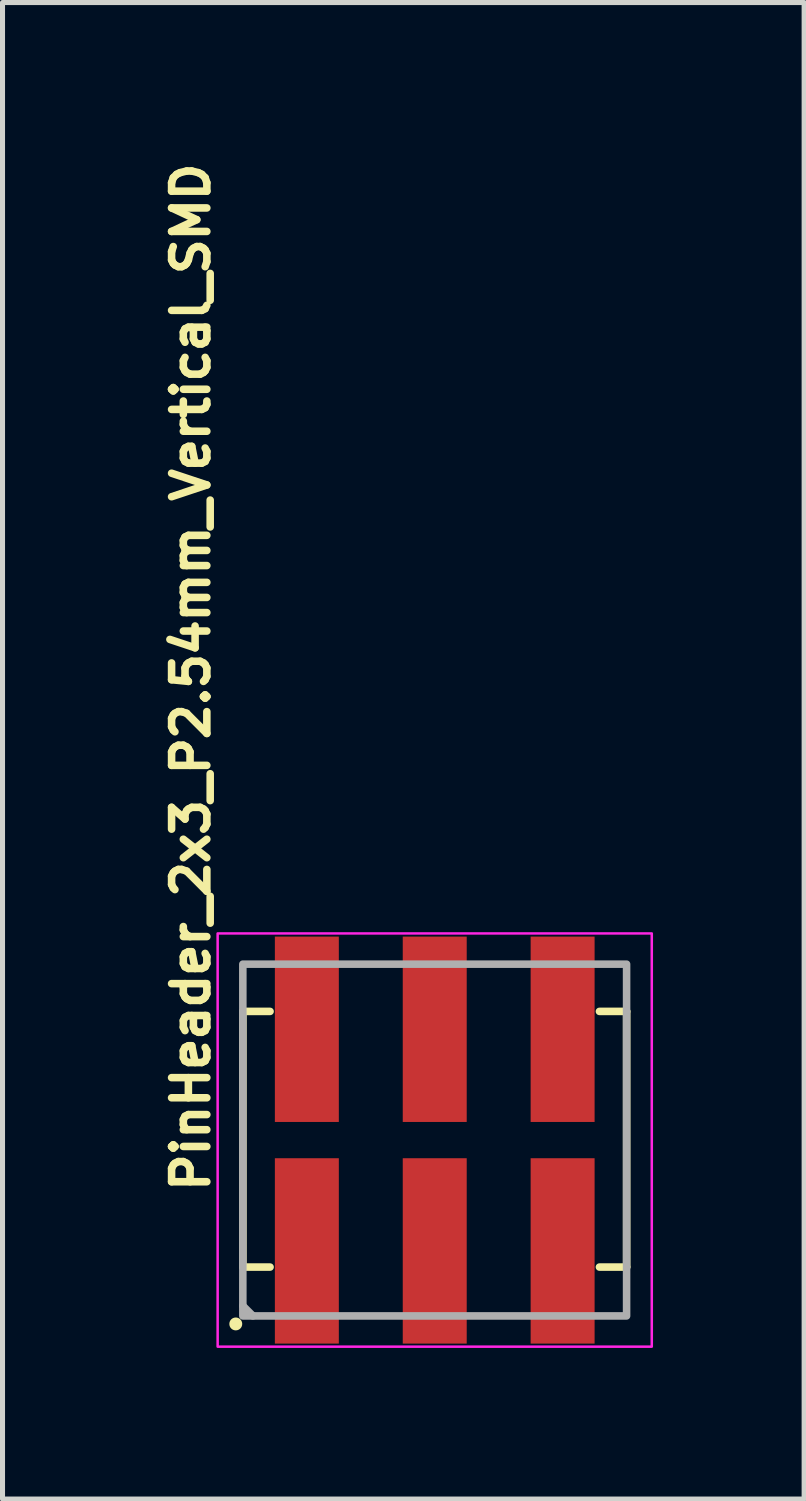
<source format=kicad_pcb>
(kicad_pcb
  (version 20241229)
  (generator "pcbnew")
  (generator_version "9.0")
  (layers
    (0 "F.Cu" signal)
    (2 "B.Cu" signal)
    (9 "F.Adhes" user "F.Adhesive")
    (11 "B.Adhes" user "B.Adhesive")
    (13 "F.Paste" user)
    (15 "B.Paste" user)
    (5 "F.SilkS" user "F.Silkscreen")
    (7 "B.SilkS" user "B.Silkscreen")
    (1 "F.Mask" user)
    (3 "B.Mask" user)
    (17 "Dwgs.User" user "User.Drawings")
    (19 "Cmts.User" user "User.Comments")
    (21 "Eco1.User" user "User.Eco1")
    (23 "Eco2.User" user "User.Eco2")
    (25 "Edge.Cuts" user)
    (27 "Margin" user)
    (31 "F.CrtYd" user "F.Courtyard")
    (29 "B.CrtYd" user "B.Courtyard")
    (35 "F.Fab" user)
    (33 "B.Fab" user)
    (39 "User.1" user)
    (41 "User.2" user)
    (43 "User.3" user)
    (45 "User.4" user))
  (footprint "PinHeader_2x3_P2.54mm_Vertical_SMD"
    (layer "F.Cu")
    (at 5.581 19.585)
    (property "Reference" "PinHeader_2x3_P2.54mm_Vertical_SMD" (at -4.431 1.092 90) (layer "F.SilkS") (effects (font (size 0.7 0.7) (thickness 0.15)) (justify left bottom)))
    (attr smd)
    (fp_line (start -3.809 -2.555) (end -3.269 -2.555) (stroke (width 0.15) (type solid)) (layer "F.SilkS"))
    (fp_line (start -3.809 2.521) (end -3.809 -2.555) (stroke (width 0.15) (type solid)) (layer "F.SilkS"))
    (fp_line (start -3.809 2.521) (end -3.269 2.521) (stroke (width 0.15) (type solid)) (layer "F.SilkS"))
    (fp_line (start 3.81 -2.555) (end 3.27 -2.555) (stroke (width 0.15) (type solid)) (layer "F.SilkS"))
    (fp_line (start 3.81 -2.555) (end 3.81 2.521) (stroke (width 0.15) (type solid)) (layer "F.SilkS"))
    (fp_line (start 3.81 2.521) (end 3.27 2.521) (stroke (width 0.15) (type solid)) (layer "F.SilkS"))
    (fp_circle (center -3.95 3.65) (end -3.897 3.65) (stroke (width 0.15) (type solid)) (fill yes) (layer "F.SilkS"))
    (fp_rect (start -4.31 -4.103) (end 4.309 4.101) (stroke (width 0.05) (type solid)) (fill no) (layer "F.CrtYd"))
    (fp_line (start -3.81 3.29) (end -3.61 3.49) (stroke (width 0.15) (type solid)) (layer "F.Fab"))
    (fp_rect (start -3.81 -3.493) (end 3.809 3.491) (stroke (width 0.15) (type solid)) (fill no) (layer "F.Fab"))
    (fp_rect (start -3.81 -3.493) (end 3.809 3.491) (stroke (width 0.1) (type solid)) (fill no) (layer "User.5"))
    (fp_line (start -3.81 -2.032) (end -3.81 2.031) (stroke (width 0.02) (type solid)) (layer "User.9"))
    (fp_line (start -3.302 -2.54) (end -3.81 -2.032) (stroke (width 0.02) (type solid)) (layer "User.9"))
    (fp_line (start -3.302 -2.54) (end -3.302 2.539) (stroke (width 0.02) (type solid)) (layer "User.9"))
    (fp_line (start -3.302 2.539) (end -3.81 2.031) (stroke (width 0.02) (type solid)) (layer "User.9"))
    (fp_line (start -2.859 -3.239) (end -2.859 -2.54) (stroke (width 0.02) (type solid)) (layer "User.9"))
    (fp_line (start -2.859 -3.239) (end -2.731 -3.493) (stroke (width 0.02) (type solid)) (layer "User.9"))
    (fp_line (start -2.859 -1.589) (end -2.731 -1.462) (stroke (width 0.02) (type solid)) (layer "User.9"))
    (fp_line (start -2.859 -0.954) (end -2.859 -1.589) (stroke (width 0.02) (type solid)) (layer "User.9"))
    (fp_line (start -2.859 -0.954) (end -2.731 -1.081) (stroke (width 0.02) (type solid)) (layer "User.9"))
    (fp_line (start -2.859 1.586) (end -2.859 0.952) (stroke (width 0.02) (type solid)) (layer "User.9"))
    (fp_line (start -2.859 1.586) (end -2.731 1.459) (stroke (width 0.02) (type solid)) (layer "User.9"))
    (fp_line (start -2.859 2.539) (end -2.859 3.237) (stroke (width 0.02) (type solid)) (layer "User.9"))
    (fp_line (start -2.859 3.237) (end -2.731 3.491) (stroke (width 0.02) (type solid)) (layer "User.9"))
    (fp_line (start -2.731 -1.081) (end -2.731 -1.462) (stroke (width 0.02) (type solid)) (layer "User.9"))
    (fp_line (start -2.731 1.078) (end -2.859 0.952) (stroke (width 0.02) (type solid)) (layer "User.9"))
    (fp_line (start -2.731 1.459) (end -2.731 1.078) (stroke (width 0.02) (type solid)) (layer "User.9"))
    (fp_line (start -2.351 -3.493) (end -2.731 -3.493) (stroke (width 0.02) (type solid)) (layer "User.9"))
    (fp_line (start -2.351 -3.493) (end -2.223 -3.239) (stroke (width 0.02) (type solid)) (layer "User.9"))
    (fp_line (start -2.351 -1.462) (end -2.731 -1.462) (stroke (width 0.02) (type solid)) (layer "User.9"))
    (fp_line (start -2.351 -1.462) (end -2.351 -1.081) (stroke (width 0.02) (type solid)) (layer "User.9"))
    (fp_line (start -2.351 -1.081) (end -2.731 -1.081) (stroke (width 0.02) (type solid)) (layer "User.9"))
    (fp_line (start -2.351 1.078) (end -2.731 1.078) (stroke (width 0.02) (type solid)) (layer "User.9"))
    (fp_line (start -2.351 1.078) (end -2.351 1.459) (stroke (width 0.02) (type solid)) (layer "User.9"))
    (fp_line (start -2.351 1.459) (end -2.731 1.459) (stroke (width 0.02) (type solid)) (layer "User.9"))
    (fp_line (start -2.351 1.459) (end -2.223 1.586) (stroke (width 0.02) (type solid)) (layer "User.9"))
    (fp_line (start -2.351 3.491) (end -2.731 3.491) (stroke (width 0.02) (type solid)) (layer "User.9"))
    (fp_line (start -2.223 -3.239) (end -2.859 -3.239) (stroke (width 0.02) (type solid)) (layer "User.9"))
    (fp_line (start -2.223 -3.239) (end -2.223 -2.54) (stroke (width 0.02) (type solid)) (layer "User.9"))
    (fp_line (start -2.223 -1.589) (end -2.859 -1.589) (stroke (width 0.02) (type solid)) (layer "User.9"))
    (fp_line (start -2.223 -1.589) (end -2.351 -1.462) (stroke (width 0.02) (type solid)) (layer "User.9"))
    (fp_line (start -2.223 -1.589) (end -2.223 -0.954) (stroke (width 0.02) (type solid)) (layer "User.9"))
    (fp_line (start -2.223 -0.954) (end -2.859 -0.954) (stroke (width 0.02) (type solid)) (layer "User.9"))
    (fp_line (start -2.223 -0.954) (end -2.351 -1.081) (stroke (width 0.02) (type solid)) (layer "User.9"))
    (fp_line (start -2.223 0.952) (end -2.859 0.952) (stroke (width 0.02) (type solid)) (layer "User.9"))
    (fp_line (start -2.223 0.952) (end -2.351 1.078) (stroke (width 0.02) (type solid)) (layer "User.9"))
    (fp_line (start -2.223 0.952) (end -2.223 1.586) (stroke (width 0.02) (type solid)) (layer "User.9"))
    (fp_line (start -2.223 1.586) (end -2.859 1.586) (stroke (width 0.02) (type solid)) (layer "User.9"))
    (fp_line (start -2.223 2.539) (end -2.223 3.237) (stroke (width 0.02) (type solid)) (layer "User.9"))
    (fp_line (start -2.223 3.237) (end -2.859 3.237) (stroke (width 0.02) (type solid)) (layer "User.9"))
    (fp_line (start -2.223 3.237) (end -2.351 3.491) (stroke (width 0.02) (type solid)) (layer "User.9"))
    (fp_line (start -1.778 -2.54) (end -3.302 -2.54) (stroke (width 0.02) (type solid)) (layer "User.9"))
    (fp_line (start -1.778 -2.54) (end -1.778 2.539) (stroke (width 0.02) (type solid)) (layer "User.9"))
    (fp_line (start -1.778 -2.54) (end -1.27 -2.032) (stroke (width 0.02) (type solid)) (layer "User.9"))
    (fp_line (start -1.778 2.539) (end -3.302 2.539) (stroke (width 0.02) (type solid)) (layer "User.9"))
    (fp_line (start -1.27 -2.032) (end -1.27 2.031) (stroke (width 0.02) (type solid)) (layer "User.9"))
    (fp_line (start -1.27 -2.032) (end -0.762 -2.54) (stroke (width 0.02) (type solid)) (layer "User.9"))
    (fp_line (start -1.27 2.031) (end -1.778 2.539) (stroke (width 0.02) (type solid)) (layer "User.9"))
    (fp_line (start -0.762 -2.54) (end -0.762 2.539) (stroke (width 0.02) (type solid)) (layer "User.9"))
    (fp_line (start -0.762 2.539) (end -1.27 2.031) (stroke (width 0.02) (type solid)) (layer "User.9"))
    (fp_line (start -0.318 -3.239) (end -0.318 -2.54) (stroke (width 0.02) (type solid)) (layer "User.9"))
    (fp_line (start -0.318 -3.239) (end -0.191 -3.493) (stroke (width 0.02) (type solid)) (layer "User.9"))
    (fp_line (start -0.318 -1.589) (end -0.191 -1.462) (stroke (width 0.02) (type solid)) (layer "User.9"))
    (fp_line (start -0.318 -0.954) (end -0.318 -1.589) (stroke (width 0.02) (type solid)) (layer "User.9"))
    (fp_line (start -0.318 -0.954) (end -0.191 -1.081) (stroke (width 0.02) (type solid)) (layer "User.9"))
    (fp_line (start -0.318 1.586) (end -0.318 0.952) (stroke (width 0.02) (type solid)) (layer "User.9"))
    (fp_line (start -0.318 1.586) (end -0.191 1.459) (stroke (width 0.02) (type solid)) (layer "User.9"))
    (fp_line (start -0.318 2.539) (end -0.318 3.237) (stroke (width 0.02) (type solid)) (layer "User.9"))
    (fp_line (start -0.318 3.237) (end -0.191 3.491) (stroke (width 0.02) (type solid)) (layer "User.9"))
    (fp_line (start -0.191 -1.081) (end -0.191 -1.462) (stroke (width 0.02) (type solid)) (layer "User.9"))
    (fp_line (start -0.191 1.078) (end -0.318 0.952) (stroke (width 0.02) (type solid)) (layer "User.9"))
    (fp_line (start -0.191 1.459) (end -0.191 1.078) (stroke (width 0.02) (type solid)) (layer "User.9"))
    (fp_line (start 0.189 -3.493) (end -0.191 -3.493) (stroke (width 0.02) (type solid)) (layer "User.9"))
    (fp_line (start 0.189 -3.493) (end 0.316 -3.239) (stroke (width 0.02) (type solid)) (layer "User.9"))
    (fp_line (start 0.189 -1.462) (end -0.191 -1.462) (stroke (width 0.02) (type solid)) (layer "User.9"))
    (fp_line (start 0.189 -1.462) (end 0.189 -1.081) (stroke (width 0.02) (type solid)) (layer "User.9"))
    (fp_line (start 0.189 -1.081) (end -0.191 -1.081) (stroke (width 0.02) (type solid)) (layer "User.9"))
    (fp_line (start 0.189 1.078) (end -0.191 1.078) (stroke (width 0.02) (type solid)) (layer "User.9"))
    (fp_line (start 0.189 1.078) (end 0.189 1.459) (stroke (width 0.02) (type solid)) (layer "User.9"))
    (fp_line (start 0.189 1.459) (end -0.191 1.459) (stroke (width 0.02) (type solid)) (layer "User.9"))
    (fp_line (start 0.189 1.459) (end 0.316 1.586) (stroke (width 0.02) (type solid)) (layer "User.9"))
    (fp_line (start 0.189 3.491) (end -0.191 3.491) (stroke (width 0.02) (type solid)) (layer "User.9"))
    (fp_line (start 0.316 -3.239) (end -0.318 -3.239) (stroke (width 0.02) (type solid)) (layer "User.9"))
    (fp_line (start 0.316 -3.239) (end 0.316 -2.54) (stroke (width 0.02) (type solid)) (layer "User.9"))
    (fp_line (start 0.316 -1.589) (end -0.318 -1.589) (stroke (width 0.02) (type solid)) (layer "User.9"))
    (fp_line (start 0.316 -1.589) (end 0.189 -1.462) (stroke (width 0.02) (type solid)) (layer "User.9"))
    (fp_line (start 0.316 -1.589) (end 0.316 -0.954) (stroke (width 0.02) (type solid)) (layer "User.9"))
    (fp_line (start 0.316 -0.954) (end -0.318 -0.954) (stroke (width 0.02) (type solid)) (layer "User.9"))
    (fp_line (start 0.316 -0.954) (end 0.189 -1.081) (stroke (width 0.02) (type solid)) (layer "User.9"))
    (fp_line (start 0.316 0.952) (end -0.318 0.952) (stroke (width 0.02) (type solid)) (layer "User.9"))
    (fp_line (start 0.316 0.952) (end 0.189 1.078) (stroke (width 0.02) (type solid)) (layer "User.9"))
    (fp_line (start 0.316 0.952) (end 0.316 1.586) (stroke (width 0.02) (type solid)) (layer "User.9"))
    (fp_line (start 0.316 1.586) (end -0.318 1.586) (stroke (width 0.02) (type solid)) (layer "User.9"))
    (fp_line (start 0.316 2.539) (end 0.316 3.237) (stroke (width 0.02) (type solid)) (layer "User.9"))
    (fp_line (start 0.316 3.237) (end -0.318 3.237) (stroke (width 0.02) (type solid)) (layer "User.9"))
    (fp_line (start 0.316 3.237) (end 0.189 3.491) (stroke (width 0.02) (type solid)) (layer "User.9"))
    (fp_line (start 0.76 -2.54) (end -0.762 -2.54) (stroke (width 0.02) (type solid)) (layer "User.9"))
    (fp_line (start 0.76 -2.54) (end 0.76 2.539) (stroke (width 0.02) (type solid)) (layer "User.9"))
    (fp_line (start 0.76 -2.54) (end 1.269 -2.032) (stroke (width 0.02) (type solid)) (layer "User.9"))
    (fp_line (start 0.76 2.539) (end -0.762 2.539) (stroke (width 0.02) (type solid)) (layer "User.9"))
    (fp_line (start 1.269 -2.032) (end 1.269 2.031) (stroke (width 0.02) (type solid)) (layer "User.9"))
    (fp_line (start 1.269 -2.032) (end 1.777 -2.54) (stroke (width 0.02) (type solid)) (layer "User.9"))
    (fp_line (start 1.269 2.031) (end 0.76 2.539) (stroke (width 0.02) (type solid)) (layer "User.9"))
    (fp_line (start 1.777 -2.54) (end 1.777 2.539) (stroke (width 0.02) (type solid)) (layer "User.9"))
    (fp_line (start 1.777 2.539) (end 1.269 2.031) (stroke (width 0.02) (type solid)) (layer "User.9"))
    (fp_line (start 2.221 -3.239) (end 2.221 -2.54) (stroke (width 0.02) (type solid)) (layer "User.9"))
    (fp_line (start 2.221 -3.239) (end 2.349 -3.493) (stroke (width 0.02) (type solid)) (layer "User.9"))
    (fp_line (start 2.221 -1.589) (end 2.349 -1.462) (stroke (width 0.02) (type solid)) (layer "User.9"))
    (fp_line (start 2.221 -0.954) (end 2.221 -1.589) (stroke (width 0.02) (type solid)) (layer "User.9"))
    (fp_line (start 2.221 -0.954) (end 2.349 -1.081) (stroke (width 0.02) (type solid)) (layer "User.9"))
    (fp_line (start 2.221 1.586) (end 2.221 0.952) (stroke (width 0.02) (type solid)) (layer "User.9"))
    (fp_line (start 2.221 1.586) (end 2.349 1.459) (stroke (width 0.02) (type solid)) (layer "User.9"))
    (fp_line (start 2.221 2.539) (end 2.221 3.237) (stroke (width 0.02) (type solid)) (layer "User.9"))
    (fp_line (start 2.221 3.237) (end 2.349 3.491) (stroke (width 0.02) (type solid)) (layer "User.9"))
    (fp_line (start 2.349 -1.081) (end 2.349 -1.462) (stroke (width 0.02) (type solid)) (layer "User.9"))
    (fp_line (start 2.349 1.078) (end 2.221 0.952) (stroke (width 0.02) (type solid)) (layer "User.9"))
    (fp_line (start 2.349 1.459) (end 2.349 1.078) (stroke (width 0.02) (type solid)) (layer "User.9"))
    (fp_line (start 2.729 -3.493) (end 2.349 -3.493) (stroke (width 0.02) (type solid)) (layer "User.9"))
    (fp_line (start 2.729 -3.493) (end 2.857 -3.239) (stroke (width 0.02) (type solid)) (layer "User.9"))
    (fp_line (start 2.729 -1.462) (end 2.349 -1.462) (stroke (width 0.02) (type solid)) (layer "User.9"))
    (fp_line (start 2.729 -1.462) (end 2.729 -1.081) (stroke (width 0.02) (type solid)) (layer "User.9"))
    (fp_line (start 2.729 -1.081) (end 2.349 -1.081) (stroke (width 0.02) (type solid)) (layer "User.9"))
    (fp_line (start 2.729 1.078) (end 2.349 1.078) (stroke (width 0.02) (type solid)) (layer "User.9"))
    (fp_line (start 2.729 1.078) (end 2.729 1.459) (stroke (width 0.02) (type solid)) (layer "User.9"))
    (fp_line (start 2.729 1.459) (end 2.349 1.459) (stroke (width 0.02) (type solid)) (layer "User.9"))
    (fp_line (start 2.729 1.459) (end 2.857 1.586) (stroke (width 0.02) (type solid)) (layer "User.9"))
    (fp_line (start 2.729 3.491) (end 2.349 3.491) (stroke (width 0.02) (type solid)) (layer "User.9"))
    (fp_line (start 2.857 -3.239) (end 2.221 -3.239) (stroke (width 0.02) (type solid)) (layer "User.9"))
    (fp_line (start 2.857 -3.239) (end 2.857 -2.54) (stroke (width 0.02) (type solid)) (layer "User.9"))
    (fp_line (start 2.857 -1.589) (end 2.221 -1.589) (stroke (width 0.02) (type solid)) (layer "User.9"))
    (fp_line (start 2.857 -1.589) (end 2.729 -1.462) (stroke (width 0.02) (type solid)) (layer "User.9"))
    (fp_line (start 2.857 -1.589) (end 2.857 -0.954) (stroke (width 0.02) (type solid)) (layer "User.9"))
    (fp_line (start 2.857 -0.954) (end 2.221 -0.954) (stroke (width 0.02) (type solid)) (layer "User.9"))
    (fp_line (start 2.857 -0.954) (end 2.729 -1.081) (stroke (width 0.02) (type solid)) (layer "User.9"))
    (fp_line (start 2.857 0.952) (end 2.221 0.952) (stroke (width 0.02) (type solid)) (layer "User.9"))
    (fp_line (start 2.857 0.952) (end 2.729 1.078) (stroke (width 0.02) (type solid)) (layer "User.9"))
    (fp_line (start 2.857 0.952) (end 2.857 1.586) (stroke (width 0.02) (type solid)) (layer "User.9"))
    (fp_line (start 2.857 1.586) (end 2.221 1.586) (stroke (width 0.02) (type solid)) (layer "User.9"))
    (fp_line (start 2.857 2.539) (end 2.857 3.237) (stroke (width 0.02) (type solid)) (layer "User.9"))
    (fp_line (start 2.857 3.237) (end 2.221 3.237) (stroke (width 0.02) (type solid)) (layer "User.9"))
    (fp_line (start 2.857 3.237) (end 2.729 3.491) (stroke (width 0.02) (type solid)) (layer "User.9"))
    (fp_line (start 3.301 -2.54) (end 1.777 -2.54) (stroke (width 0.02) (type solid)) (layer "User.9"))
    (fp_line (start 3.301 -2.54) (end 3.301 2.539) (stroke (width 0.02) (type solid)) (layer "User.9"))
    (fp_line (start 3.301 2.539) (end 1.777 2.539) (stroke (width 0.02) (type solid)) (layer "User.9"))
    (fp_line (start 3.809 -2.032) (end 3.301 -2.54) (stroke (width 0.02) (type solid)) (layer "User.9"))
    (fp_line (start 3.809 -2.032) (end 3.809 2.031) (stroke (width 0.02) (type solid)) (layer "User.9"))
    (fp_line (start 3.809 2.031) (end 3.301 2.539) (stroke (width 0.02) (type solid)) (layer "User.9"))
    (pad "1" smd rect (at -2.539 2.2) (size 1.27 3.68) (layers "F.Cu" "F.Mask" "F.Paste"))
    (pad "2" smd rect (at -2.539 -2.2 180) (size 1.27 3.68) (layers "F.Cu" "F.Mask" "F.Paste"))
    (pad "3" smd rect (at 0 2.2) (size 1.27 3.68) (layers "F.Cu" "F.Mask" "F.Paste"))
    (pad "4" smd rect (at 0 -2.2 180) (size 1.27 3.68) (layers "F.Cu" "F.Mask" "F.Paste"))
    (pad "5" smd rect (at 2.539 2.2) (size 1.27 3.68) (layers "F.Cu" "F.Mask" "F.Paste"))
    (pad "6" smd rect (at 2.539 -2.2 180) (size 1.27 3.68) (layers "F.Cu" "F.Mask" "F.Paste")))
  (gr_rect
    (start -3 -3)
    (end 12.915 26.711)
    (stroke (width 0.1) (type default))
    (fill no)
    (layer "Edge.Cuts")))
</source>
